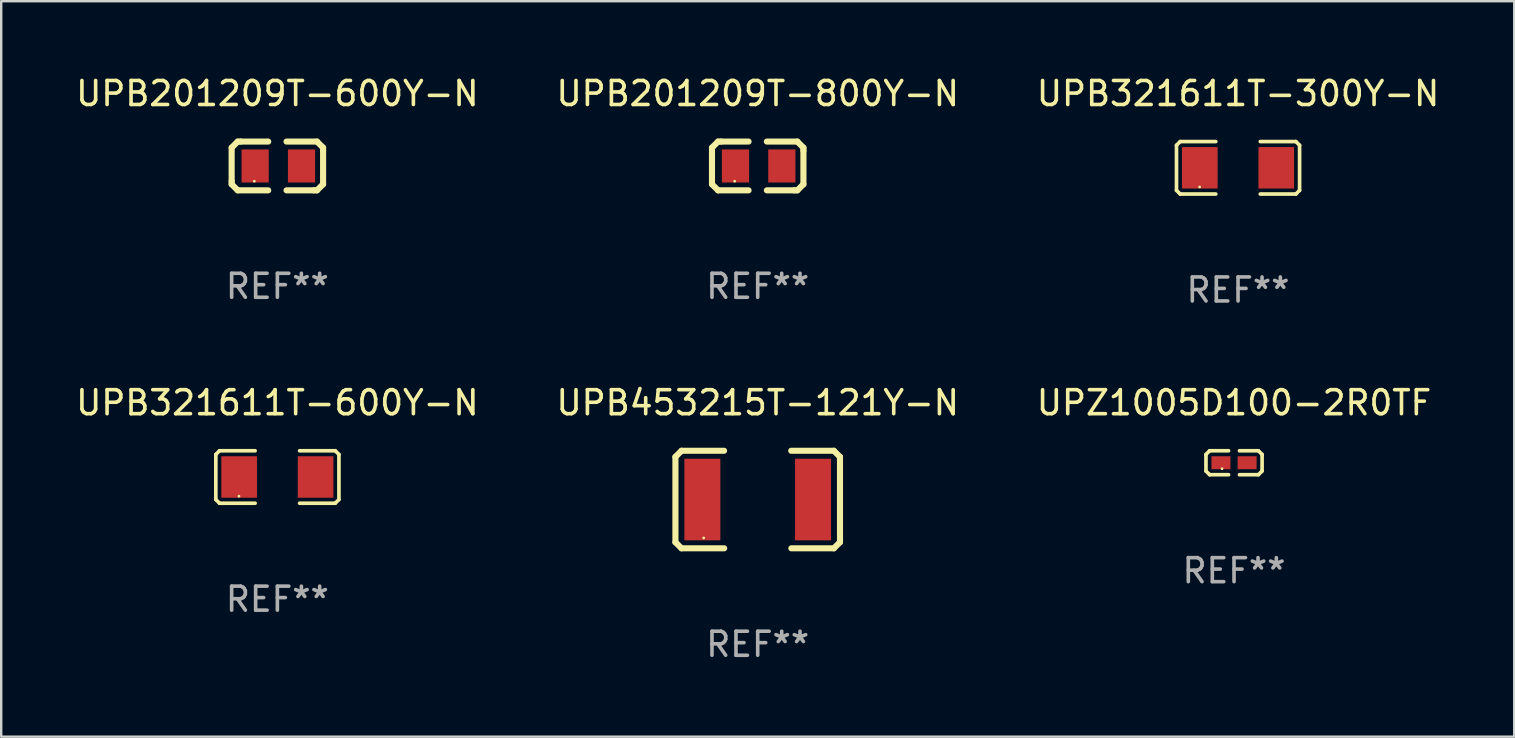
<source format=kicad_pcb>
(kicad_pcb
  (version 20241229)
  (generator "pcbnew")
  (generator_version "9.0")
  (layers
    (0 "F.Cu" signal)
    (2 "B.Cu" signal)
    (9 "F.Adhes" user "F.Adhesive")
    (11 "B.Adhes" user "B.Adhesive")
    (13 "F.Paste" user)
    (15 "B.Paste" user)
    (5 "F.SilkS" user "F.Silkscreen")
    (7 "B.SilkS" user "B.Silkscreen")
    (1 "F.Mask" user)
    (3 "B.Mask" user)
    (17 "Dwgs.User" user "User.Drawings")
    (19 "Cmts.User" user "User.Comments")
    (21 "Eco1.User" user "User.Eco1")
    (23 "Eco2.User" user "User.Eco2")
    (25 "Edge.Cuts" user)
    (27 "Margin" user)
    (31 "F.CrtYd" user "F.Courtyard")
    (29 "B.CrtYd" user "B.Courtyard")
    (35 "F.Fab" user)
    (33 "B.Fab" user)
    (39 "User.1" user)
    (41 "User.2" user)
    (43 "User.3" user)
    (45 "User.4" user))
  (footprint "UPB321611T-600Y-N"
    (layer "F.Cu")
    (at 8.506 16.823)
    (property "Reference" "UPB321611T-600Y-N" (at 0 -3.093 0) (layer "F.SilkS") (effects (font (size 1 1) (thickness 0.15))))
    (attr through_hole)
    (fp_line (start -2.564 -0.94) (end -2.411 -1.093) (stroke (width 0.152) (type solid)) (layer "F.SilkS"))
    (fp_line (start -2.564 0.94) (end -2.564 -0.94) (stroke (width 0.152) (type solid)) (layer "F.SilkS"))
    (fp_line (start -2.411 -1.093) (end -0.926 -1.093) (stroke (width 0.152) (type solid)) (layer "F.SilkS"))
    (fp_line (start -2.411 1.093) (end -2.564 0.94) (stroke (width 0.152) (type solid)) (layer "F.SilkS"))
    (fp_line (start -0.926 1.093) (end -2.411 1.093) (stroke (width 0.152) (type solid)) (layer "F.SilkS"))
    (fp_line (start 0.926 1.093) (end 2.411 1.093) (stroke (width 0.152) (type solid)) (layer "F.SilkS"))
    (fp_line (start 2.411 -1.093) (end 0.926 -1.093) (stroke (width 0.152) (type solid)) (layer "F.SilkS"))
    (fp_line (start 2.411 1.093) (end 2.564 0.94) (stroke (width 0.152) (type solid)) (layer "F.SilkS"))
    (fp_line (start 2.564 -0.94) (end 2.411 -1.093) (stroke (width 0.152) (type solid)) (layer "F.SilkS"))
    (fp_line (start 2.564 0.94) (end 2.564 -0.94) (stroke (width 0.152) (type solid)) (layer "F.SilkS"))
    (fp_circle (center -1.6 0.8) (end -1.57 0.8) (stroke (width 0.06) (type solid)) (fill no) (layer "F.SilkS"))
    (fp_text user "REF**" (at 0 5.093 0) (layer "F.Fab") (effects (font (size 1 1) (thickness 0.15))))
    (pad "1" smd rect (at -1.593 0) (size 1.485 1.728) (layers "F.Cu" "F.Mask" "F.Paste"))
    (pad "2" smd rect (at 1.593 0) (size 1.485 1.728) (layers "F.Cu" "F.Mask" "F.Paste")))
  (footprint "UPB201209T-800Y-N"
    (layer "F.Cu")
    (at 28.518 3.864)
    (property "Reference" "UPB201209T-800Y-N" (at 0 -3.016 0) (layer "F.SilkS") (effects (font (size 1 1) (thickness 0.15))))
    (attr through_hole)
    (fp_line (start -1.905 -0.762) (end -1.905 0.635) (stroke (width 0.254) (type solid)) (layer "F.SilkS"))
    (fp_line (start -1.905 0.635) (end -1.905 0.762) (stroke (width 0.254) (type solid)) (layer "F.SilkS"))
    (fp_line (start -1.905 0.762) (end -1.651 1.016) (stroke (width 0.254) (type solid)) (layer "F.SilkS"))
    (fp_line (start -1.651 -1.016) (end -1.905 -0.762) (stroke (width 0.254) (type solid)) (layer "F.SilkS"))
    (fp_line (start -1.651 1.016) (end -0.381 1.016) (stroke (width 0.254) (type solid)) (layer "F.SilkS"))
    (fp_line (start -1.524 -1.016) (end -1.651 -1.016) (stroke (width 0.254) (type solid)) (layer "F.SilkS"))
    (fp_line (start -0.381 -1.016) (end -1.524 -1.016) (stroke (width 0.254) (type solid)) (layer "F.SilkS"))
    (fp_line (start 0.381 1.016) (end 1.524 1.016) (stroke (width 0.254) (type solid)) (layer "F.SilkS"))
    (fp_line (start 1.524 1.016) (end 1.651 1.016) (stroke (width 0.254) (type solid)) (layer "F.SilkS"))
    (fp_line (start 1.651 -1.016) (end 0.381 -1.016) (stroke (width 0.254) (type solid)) (layer "F.SilkS"))
    (fp_line (start 1.651 1.016) (end 1.905 0.762) (stroke (width 0.254) (type solid)) (layer "F.SilkS"))
    (fp_line (start 1.905 -0.762) (end 1.651 -1.016) (stroke (width 0.254) (type solid)) (layer "F.SilkS"))
    (fp_line (start 1.905 -0.635) (end 1.905 -0.762) (stroke (width 0.254) (type solid)) (layer "F.SilkS"))
    (fp_line (start 1.905 0.762) (end 1.905 -0.635) (stroke (width 0.254) (type solid)) (layer "F.SilkS"))
    (fp_circle (center -0.96 0.637) (end -0.93 0.637) (stroke (width 0.06) (type solid)) (fill no) (layer "F.SilkS"))
    (fp_text user "REF**" (at 0 5.016 0) (layer "F.Fab") (effects (font (size 1 1) (thickness 0.15))))
    (pad "1" smd rect (at -0.926 -0.000051) (size 1.133 1.377) (layers "F.Cu" "F.Mask" "F.Paste"))
    (pad "2" smd rect (at 1.006 -0.000051) (size 1.133 1.377) (layers "F.Cu" "F.Mask" "F.Paste")))
  (footprint "UPB453215T-121Y-N"
    (layer "F.Cu")
    (at 28.518 17.762)
    (property "Reference" "UPB453215T-121Y-N" (at 0 -4.032 0) (layer "F.SilkS") (effects (font (size 1 1) (thickness 0.15))))
    (attr through_hole)
    (fp_line (start -3.428 -1.778) (end -3.174 -2.032) (stroke (width 0.254) (type solid)) (layer "F.SilkS"))
    (fp_line (start -3.428 1.778) (end -3.428 -1.778) (stroke (width 0.254) (type solid)) (layer "F.SilkS"))
    (fp_line (start -3.174 -2.032) (end -1.401 -2.032) (stroke (width 0.254) (type solid)) (layer "F.SilkS"))
    (fp_line (start -3.174 2.032) (end -3.428 1.778) (stroke (width 0.254) (type solid)) (layer "F.SilkS"))
    (fp_line (start -1.396 2.032) (end -3.174 2.032) (stroke (width 0.254) (type solid)) (layer "F.SilkS"))
    (fp_line (start 1.396 -2.032) (end 3.174 -2.032) (stroke (width 0.254) (type solid)) (layer "F.SilkS"))
    (fp_line (start 3.174 -2.032) (end 3.428 -1.778) (stroke (width 0.254) (type solid)) (layer "F.SilkS"))
    (fp_line (start 3.174 2.032) (end 1.401 2.032) (stroke (width 0.254) (type solid)) (layer "F.SilkS"))
    (fp_line (start 3.428 -1.778) (end 3.428 1.778) (stroke (width 0.254) (type solid)) (layer "F.SilkS"))
    (fp_line (start 3.428 1.778) (end 3.174 2.032) (stroke (width 0.254) (type solid)) (layer "F.SilkS"))
    (fp_circle (center -2.25 1.6) (end -2.22 1.6) (stroke (width 0.06) (type solid)) (fill no) (layer "F.SilkS"))
    (fp_text user "REF**" (at 0 6.032 0) (layer "F.Fab") (effects (font (size 1 1) (thickness 0.15))))
    (pad "1" smd rect (at -2.305 0) (size 1.5 3.4) (layers "F.Cu" "F.Mask" "F.Paste"))
    (pad "2" smd rect (at 2.305 0) (size 1.5 3.4) (layers "F.Cu" "F.Mask" "F.Paste")))
  (footprint "UPB201209T-600Y-N"
    (layer "F.Cu")
    (at 8.506 3.864)
    (property "Reference" "UPB201209T-600Y-N" (at 0 -3.016 0) (layer "F.SilkS") (effects (font (size 1 1) (thickness 0.15))))
    (attr through_hole)
    (fp_line (start -1.905 -0.762) (end -1.905 0.635) (stroke (width 0.254) (type solid)) (layer "F.SilkS"))
    (fp_line (start -1.905 0.635) (end -1.905 0.762) (stroke (width 0.254) (type solid)) (layer "F.SilkS"))
    (fp_line (start -1.905 0.762) (end -1.651 1.016) (stroke (width 0.254) (type solid)) (layer "F.SilkS"))
    (fp_line (start -1.651 -1.016) (end -1.905 -0.762) (stroke (width 0.254) (type solid)) (layer "F.SilkS"))
    (fp_line (start -1.651 1.016) (end -0.381 1.016) (stroke (width 0.254) (type solid)) (layer "F.SilkS"))
    (fp_line (start -1.524 -1.016) (end -1.651 -1.016) (stroke (width 0.254) (type solid)) (layer "F.SilkS"))
    (fp_line (start -0.381 -1.016) (end -1.524 -1.016) (stroke (width 0.254) (type solid)) (layer "F.SilkS"))
    (fp_line (start 0.381 1.016) (end 1.524 1.016) (stroke (width 0.254) (type solid)) (layer "F.SilkS"))
    (fp_line (start 1.524 1.016) (end 1.651 1.016) (stroke (width 0.254) (type solid)) (layer "F.SilkS"))
    (fp_line (start 1.651 -1.016) (end 0.381 -1.016) (stroke (width 0.254) (type solid)) (layer "F.SilkS"))
    (fp_line (start 1.651 1.016) (end 1.905 0.762) (stroke (width 0.254) (type solid)) (layer "F.SilkS"))
    (fp_line (start 1.905 -0.762) (end 1.651 -1.016) (stroke (width 0.254) (type solid)) (layer "F.SilkS"))
    (fp_line (start 1.905 -0.635) (end 1.905 -0.762) (stroke (width 0.254) (type solid)) (layer "F.SilkS"))
    (fp_line (start 1.905 0.762) (end 1.905 -0.635) (stroke (width 0.254) (type solid)) (layer "F.SilkS"))
    (fp_circle (center -0.96 0.637) (end -0.93 0.637) (stroke (width 0.06) (type solid)) (fill no) (layer "F.SilkS"))
    (fp_text user "REF**" (at 0 5.016 0) (layer "F.Fab") (effects (font (size 1 1) (thickness 0.15))))
    (pad "1" smd rect (at -0.926 -0.000051) (size 1.133 1.377) (layers "F.Cu" "F.Mask" "F.Paste"))
    (pad "2" smd rect (at 1.006 -0.000051) (size 1.133 1.377) (layers "F.Cu" "F.Mask" "F.Paste")))
  (footprint "UPB321611T-300Y-N"
    (layer "F.Cu")
    (at 48.53 3.941)
    (property "Reference" "UPB321611T-300Y-N" (at 0 -3.093 0) (layer "F.SilkS") (effects (font (size 1 1) (thickness 0.15))))
    (attr through_hole)
    (fp_line (start -2.564 -0.94) (end -2.411 -1.093) (stroke (width 0.152) (type solid)) (layer "F.SilkS"))
    (fp_line (start -2.564 0.94) (end -2.564 -0.94) (stroke (width 0.152) (type solid)) (layer "F.SilkS"))
    (fp_line (start -2.411 -1.093) (end -0.926 -1.093) (stroke (width 0.152) (type solid)) (layer "F.SilkS"))
    (fp_line (start -2.411 1.093) (end -2.564 0.94) (stroke (width 0.152) (type solid)) (layer "F.SilkS"))
    (fp_line (start -0.926 1.093) (end -2.411 1.093) (stroke (width 0.152) (type solid)) (layer "F.SilkS"))
    (fp_line (start 0.926 1.093) (end 2.411 1.093) (stroke (width 0.152) (type solid)) (layer "F.SilkS"))
    (fp_line (start 2.411 -1.093) (end 0.926 -1.093) (stroke (width 0.152) (type solid)) (layer "F.SilkS"))
    (fp_line (start 2.411 1.093) (end 2.564 0.94) (stroke (width 0.152) (type solid)) (layer "F.SilkS"))
    (fp_line (start 2.564 -0.94) (end 2.411 -1.093) (stroke (width 0.152) (type solid)) (layer "F.SilkS"))
    (fp_line (start 2.564 0.94) (end 2.564 -0.94) (stroke (width 0.152) (type solid)) (layer "F.SilkS"))
    (fp_circle (center -1.6 0.8) (end -1.57 0.8) (stroke (width 0.06) (type solid)) (fill no) (layer "F.SilkS"))
    (fp_text user "REF**" (at 0 5.093 0) (layer "F.Fab") (effects (font (size 1 1) (thickness 0.15))))
    (pad "1" smd rect (at -1.593 0) (size 1.485 1.728) (layers "F.Cu" "F.Mask" "F.Paste"))
    (pad "2" smd rect (at 1.593 0) (size 1.485 1.728) (layers "F.Cu" "F.Mask" "F.Paste")))
  (footprint "UPZ1005D100-2R0TF"
    (layer "F.Cu")
    (at 48.363 16.229)
    (property "Reference" "UPZ1005D100-2R0TF" (at 0 -2.499 0) (layer "F.SilkS") (effects (font (size 1 1) (thickness 0.15))))
    (attr through_hole)
    (fp_line (start -1.169 -0.346) (end -1.016 -0.499) (stroke (width 0.152) (type solid)) (layer "F.SilkS"))
    (fp_line (start -1.169 0.346) (end -1.169 -0.346) (stroke (width 0.152) (type solid)) (layer "F.SilkS"))
    (fp_line (start -1.016 -0.499) (end -0.226 -0.499) (stroke (width 0.152) (type solid)) (layer "F.SilkS"))
    (fp_line (start -1.016 0.499) (end -1.169 0.346) (stroke (width 0.152) (type solid)) (layer "F.SilkS"))
    (fp_line (start -0.226 0.499) (end -1.016 0.499) (stroke (width 0.152) (type solid)) (layer "F.SilkS"))
    (fp_line (start 0.226 0.499) (end 1.016 0.499) (stroke (width 0.152) (type solid)) (layer "F.SilkS"))
    (fp_line (start 1.016 -0.499) (end 0.226 -0.499) (stroke (width 0.152) (type solid)) (layer "F.SilkS"))
    (fp_line (start 1.016 0.499) (end 1.169 0.346) (stroke (width 0.152) (type solid)) (layer "F.SilkS"))
    (fp_line (start 1.169 -0.346) (end 1.016 -0.499) (stroke (width 0.152) (type solid)) (layer "F.SilkS"))
    (fp_line (start 1.169 0.346) (end 1.169 -0.346) (stroke (width 0.152) (type solid)) (layer "F.SilkS"))
    (fp_circle (center -0.5 0.25) (end -0.47 0.25) (stroke (width 0.06) (type solid)) (fill no) (layer "F.SilkS"))
    (fp_text user "REF**" (at 0 4.499 0) (layer "F.Fab") (effects (font (size 1 1) (thickness 0.15))))
    (pad "1" smd rect (at -0.545 0) (size 0.79 0.54) (layers "F.Cu" "F.Mask" "F.Paste"))
    (pad "2" smd rect (at 0.545 0) (size 0.79 0.54) (layers "F.Cu" "F.Mask" "F.Paste")))
  (gr_rect
    (start -3 -3)
    (end 60.036 27.642)
    (stroke (width 0.1) (type default))
    (fill no)
    (layer "Edge.Cuts")))
</source>
